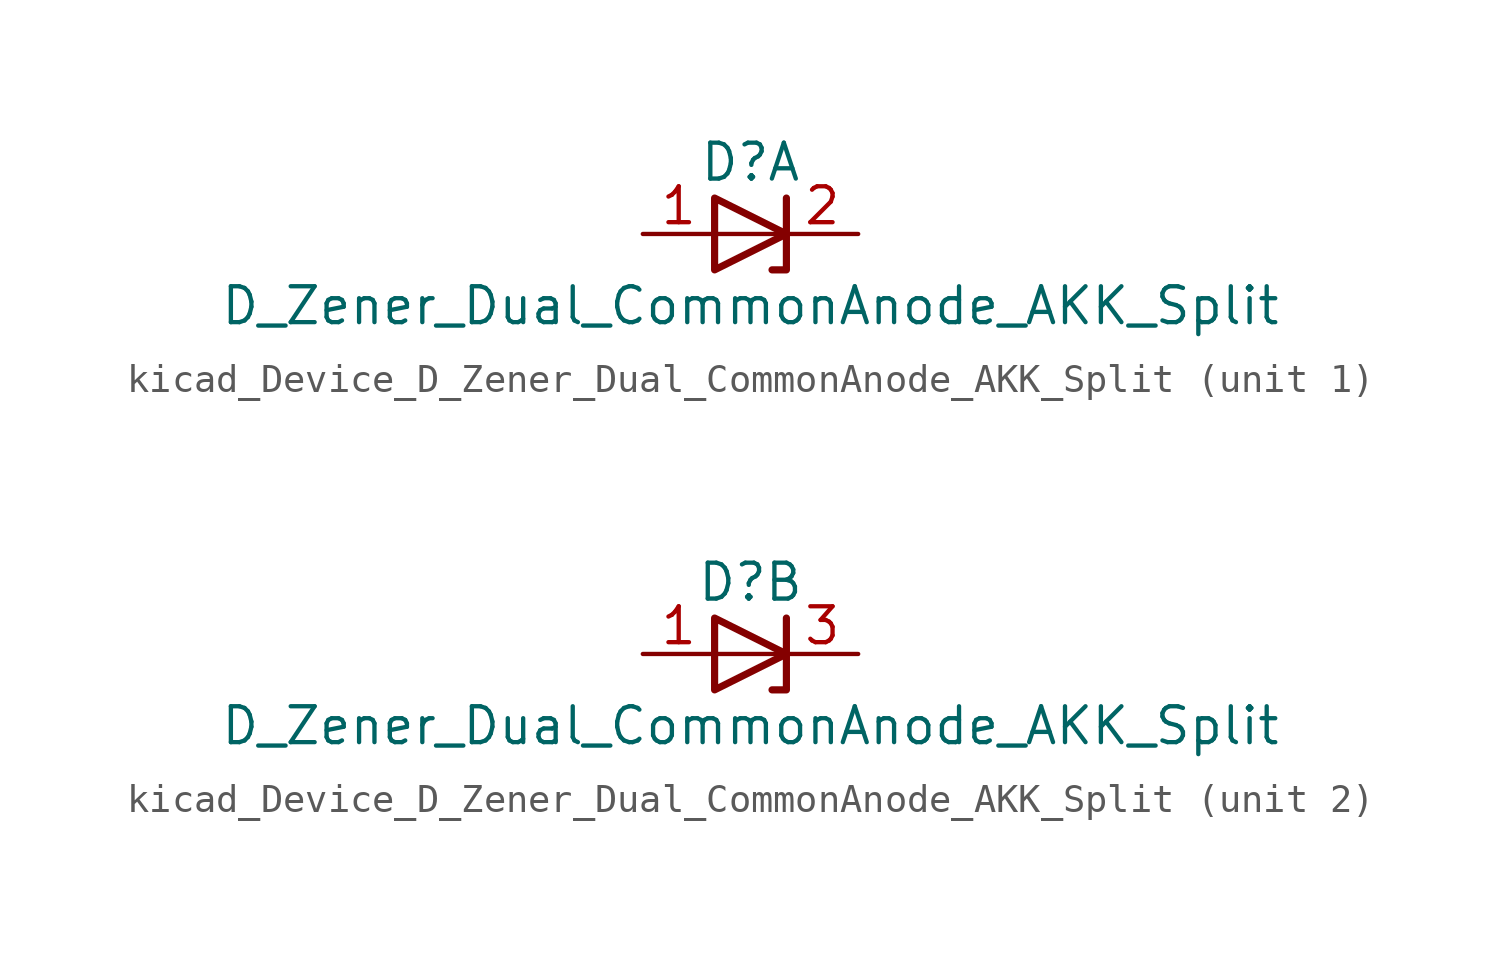
<source format=kicad_sym>
(kicad_symbol_lib
  (version 20220914)
  (generator kicad_symbol_editor)
  (symbol "kicad_Device_D_Zener_Dual_CommonAnode_AKK_Split"
    (pin_names
      (offset 0.762) hide)
    (property "Reference" "D"
      (at 0 2.54 0)
      (effects (font (size 1.27 1.27))))
    (property "Value" "D_Zener_Dual_CommonAnode_AKK_Split"
      (at 0 -2.54 0)
      (effects (font (size 1.27 1.27))))
    (property "ki_locked" ""
      (at 0 0 0)
      (effects (font (size 1.27 1.27))))
    (symbol "kicad_Device_D_Zener_Dual_CommonAnode_AKK_Split_0_0"
      (polyline (pts (xy 1.27 1.27) (xy 1.27 -1.27) (xy 0.762 -1.27)) (stroke (width 0.254) (type default)) (fill (type none))))
    (symbol "kicad_Device_D_Zener_Dual_CommonAnode_AKK_Split_0_1"
      (polyline (pts (xy 1.27 0) (xy -1.27 0)) (stroke (width 0) (type default)) (fill (type none)))
      (polyline (pts (xy -1.27 1.27) (xy 1.27 0) (xy -1.27 -1.27) (xy -1.27 1.27) (xy -1.27 1.27) (xy -1.27 1.27)) (stroke (width 0.254) (type default)) (fill (type none)))
      (pin passive line (at -3.81 0 0) (length 2.54) (name "A" (effects (font (size 1.27 1.27)))) (number "1" (effects (font (size 1.27 1.27))))))
    (symbol "kicad_Device_D_Zener_Dual_CommonAnode_AKK_Split_1_1"
      (pin passive line (at 3.81 0 180) (length 2.54) (name "K" (effects (font (size 1.27 1.27)))) (number "2" (effects (font (size 1.27 1.27))))))
    (symbol "kicad_Device_D_Zener_Dual_CommonAnode_AKK_Split_2_1"
      (pin passive line (at 3.81 0 180) (length 2.54) (name "K" (effects (font (size 1.27 1.27)))) (number "3" (effects (font (size 1.27 1.27))))))))
</source>
